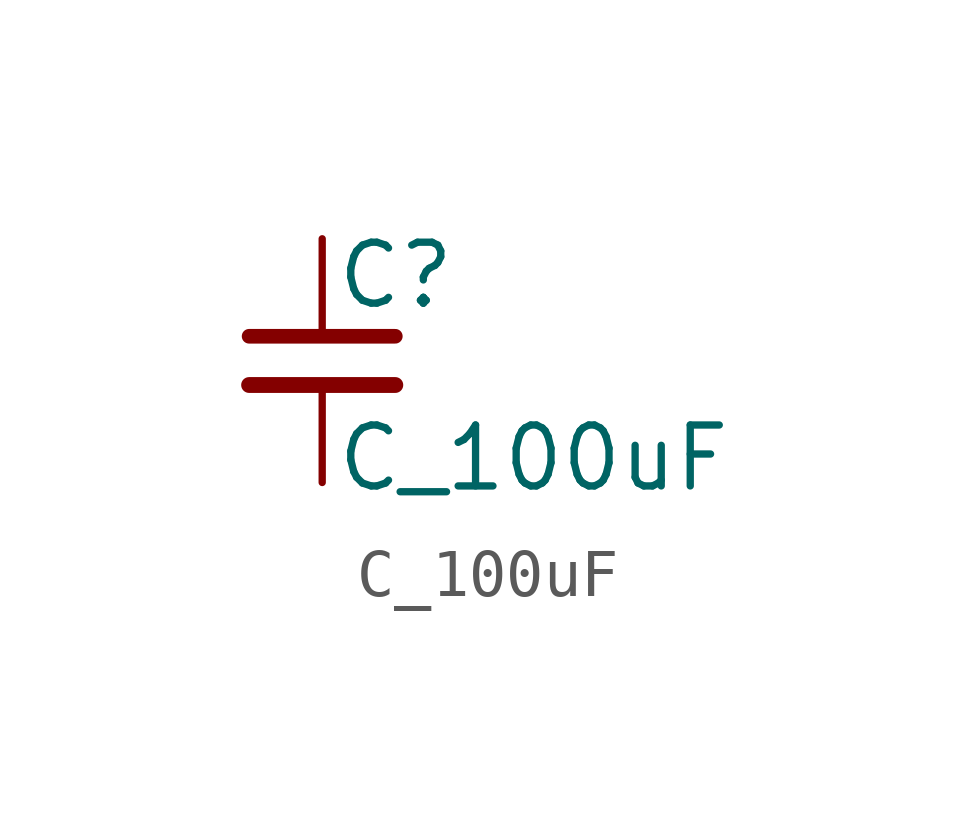
<source format=kicad_sym>
(kicad_symbol_lib
  (version 20211014)
  (generator kicad_symbol_editor)
  (symbol "C_100uF"
    (pin_numbers hide)
    (pin_names
      (offset 0.254) hide)
    (property "Reference" "C"
      (at 0.254 1.778 0)
      (effects (font (size 1.27 1.27)) (justify left)))
    (property "Value" "C_100uF"
      (at 0.254 -2.032 0)
      (effects (font (size 1.27 1.27)) (justify left)))
    (symbol "C_100uF_0_1"
      (polyline (pts (xy -1.524 -0.508) (xy 1.524 -0.508)) (stroke (width 0.33) (type default) (color 0 0 0 0)) (fill (type none)))
      (polyline (pts (xy -1.524 0.508) (xy 1.524 0.508)) (stroke (width 0.305) (type default) (color 0 0 0 0)) (fill (type none))))
    (symbol "C_100uF_1_1"
      (pin passive line (at 0 2.54 270) (length 2.032) (name "~" (effects (font (size 1.27 1.27)))) (number "1" (effects (font (size 1.27 1.27)))))
      (pin passive line (at 0 -2.54 90) (length 2.032) (name "~" (effects (font (size 1.27 1.27)))) (number "2" (effects (font (size 1.27 1.27))))))))
</source>
